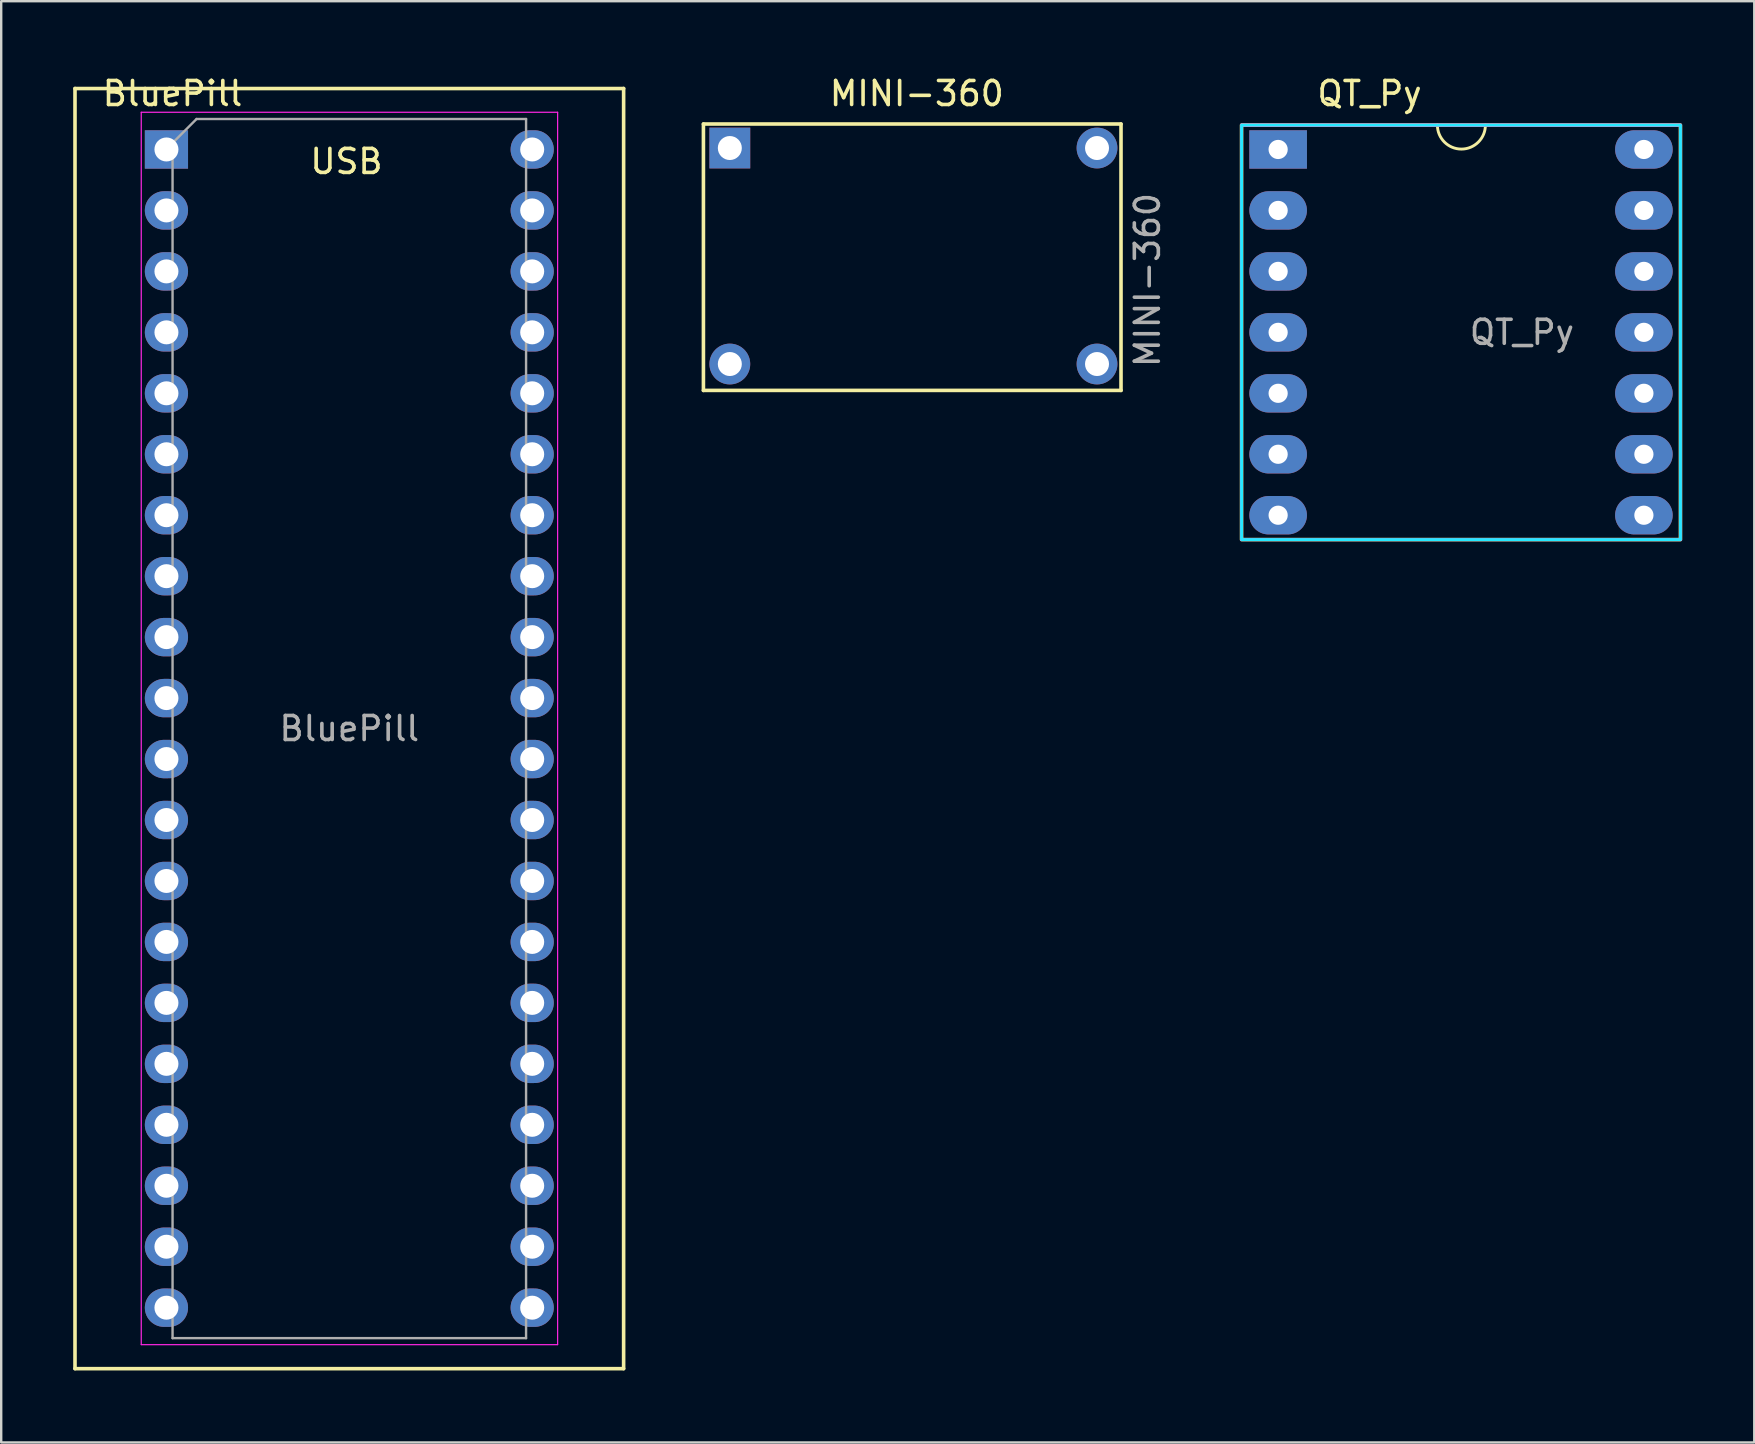
<source format=kicad_pcb>
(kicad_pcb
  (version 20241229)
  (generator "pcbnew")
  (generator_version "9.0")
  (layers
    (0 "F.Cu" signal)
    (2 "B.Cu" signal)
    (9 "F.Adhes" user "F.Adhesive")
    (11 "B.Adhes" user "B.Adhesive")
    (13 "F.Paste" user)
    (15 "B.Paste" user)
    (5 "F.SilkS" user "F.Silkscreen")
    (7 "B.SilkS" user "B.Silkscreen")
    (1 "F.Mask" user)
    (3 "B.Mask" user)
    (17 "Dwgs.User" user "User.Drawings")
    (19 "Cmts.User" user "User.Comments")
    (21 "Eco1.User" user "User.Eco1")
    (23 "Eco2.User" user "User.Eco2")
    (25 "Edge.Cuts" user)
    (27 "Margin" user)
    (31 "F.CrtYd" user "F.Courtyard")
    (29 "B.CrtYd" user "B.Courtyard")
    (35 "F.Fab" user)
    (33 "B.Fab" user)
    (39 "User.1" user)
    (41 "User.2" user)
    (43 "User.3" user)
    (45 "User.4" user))
  (footprint "QT_Py"
    (layer "F.Cu")
    (at 50.207 3.178)
    (property "Reference" "QT_Py" (at 3.81 -2.33 0) (layer "F.SilkS") (effects (font (size 1 1) (thickness 0.15))))
    (attr through_hole)
    (fp_rect (start -1.524 -1.016) (end 16.764 16.256) (stroke (width 0.15) (type solid)) (fill no) (layer "F.SilkS"))
    (fp_arc (start 8.636 -1.016) (mid 7.636 -0.016) (end 6.636 -1.016) (stroke (width 0.12) (type solid)) (layer "F.SilkS"))
    (fp_rect (start -1.524 -1.016) (end 16.764 16.256) (stroke (width 0.12) (type solid)) (fill no) (layer "B.CrtYd"))
    (fp_rect (start -1.524 -1.016) (end 16.764 16.256) (stroke (width 0.12) (type solid)) (fill no) (layer "F.CrtYd"))
    (fp_text user "${REFERENCE}" (at 10.16 7.62 0) (layer "F.Fab") (effects (font (size 1 1) (thickness 0.15))))
    (pad "1" thru_hole rect (at 0 0) (size 2.4 1.6) (drill 0.8) (layers "*.Cu" "*.Mask"))
    (pad "2" thru_hole oval (at 0 2.54) (size 2.4 1.6) (drill 0.8) (layers "*.Cu" "*.Mask"))
    (pad "3" thru_hole oval (at 0 5.08) (size 2.4 1.6) (drill 0.8) (layers "*.Cu" "*.Mask"))
    (pad "4" thru_hole oval (at 0 7.62) (size 2.4 1.6) (drill 0.8) (layers "*.Cu" "*.Mask"))
    (pad "5" thru_hole oval (at 0 10.16) (size 2.4 1.6) (drill 0.8) (layers "*.Cu" "*.Mask"))
    (pad "6" thru_hole oval (at 0 12.7) (size 2.4 1.6) (drill 0.8) (layers "*.Cu" "*.Mask"))
    (pad "7" thru_hole oval (at 0 15.24) (size 2.4 1.6) (drill 0.8) (layers "*.Cu" "*.Mask"))
    (pad "8" thru_hole oval (at 15.24 15.24) (size 2.4 1.6) (drill 0.8) (layers "*.Cu" "*.Mask"))
    (pad "9" thru_hole oval (at 15.24 12.7) (size 2.4 1.6) (drill 0.8) (layers "*.Cu" "*.Mask"))
    (pad "10" thru_hole oval (at 15.24 10.16) (size 2.4 1.6) (drill 0.8) (layers "*.Cu" "*.Mask"))
    (pad "11" thru_hole oval (at 15.24 7.62) (size 2.4 1.6) (drill 0.8) (layers "*.Cu" "*.Mask"))
    (pad "12" thru_hole oval (at 15.24 5.08) (size 2.4 1.6) (drill 0.8) (layers "*.Cu" "*.Mask"))
    (pad "13" thru_hole oval (at 15.24 2.54) (size 2.4 1.6) (drill 0.8) (layers "*.Cu" "*.Mask"))
    (pad "14" thru_hole oval (at 15.24 0) (size 2.4 1.6) (drill 0.8) (layers "*.Cu" "*.Mask")))
  (footprint "MINI-360"
    (layer "F.Cu")
    (at 26.26 2.118)
    (property "Reference" "MINI-360" (at 8.89 -1.27 0) (layer "F.SilkS") (effects (font (size 1 1) (thickness 0.15))))
    (attr through_hole)
    (fp_line (start 0 0) (end 17.4 0) (stroke (width 0.15) (type solid)) (layer "F.SilkS"))
    (fp_line (start 0 11.1) (end 0 0) (stroke (width 0.15) (type solid)) (layer "F.SilkS"))
    (fp_line (start 17.4 0) (end 17.4 11.1) (stroke (width 0.15) (type solid)) (layer "F.SilkS"))
    (fp_line (start 17.4 11.1) (end 0 11.1) (stroke (width 0.15) (type solid)) (layer "F.SilkS"))
    (fp_text user "${REFERENCE}" (at 18.5 6.5 90) (layer "F.Fab") (effects (font (size 1 1) (thickness 0.15))))
    (pad "IN+" thru_hole oval (at 1.1 10) (size 1.7 1.7) (drill 1) (layers "*.Cu" "*.Mask"))
    (pad "IN-" thru_hole rect (at 1.1 1) (size 1.7 1.7) (drill 1) (layers "*.Cu" "*.Mask"))
    (pad "OUT+" thru_hole oval (at 16.4 10) (size 1.7 1.7) (drill 1) (layers "*.Cu" "*.Mask"))
    (pad "OUT-" thru_hole oval (at 16.4 1) (size 1.7 1.7) (drill 1) (layers "*.Cu" "*.Mask")))
  (footprint "BluePill"
    (layer "F.Cu")
    (at 3.885 3.178)
    (property "Reference" "BluePill" (at 0.254 -2.33 0) (layer "F.SilkS") (effects (font (size 1 1) (thickness 0.15))))
    (attr through_hole)
    (fp_line (start -3.81 -2.54) (end 19.05 -2.54) (stroke (width 0.15) (type solid)) (layer "F.SilkS"))
    (fp_line (start -3.81 50.8) (end -3.81 -2.54) (stroke (width 0.15) (type solid)) (layer "F.SilkS"))
    (fp_line (start 19.05 -2.54) (end 19.05 50.8) (stroke (width 0.15) (type solid)) (layer "F.SilkS"))
    (fp_line (start 19.05 50.8) (end -3.81 50.8) (stroke (width 0.15) (type solid)) (layer "F.SilkS"))
    (fp_line (start -1.05 -1.55) (end -1.05 49.8) (stroke (width 0.05) (type solid)) (layer "F.CrtYd"))
    (fp_line (start -1.05 49.8) (end 16.3 49.8) (stroke (width 0.05) (type solid)) (layer "F.CrtYd"))
    (fp_line (start 16.3 -1.55) (end -1.05 -1.55) (stroke (width 0.05) (type solid)) (layer "F.CrtYd"))
    (fp_line (start 16.3 49.8) (end 16.3 -1.55) (stroke (width 0.05) (type solid)) (layer "F.CrtYd"))
    (fp_line (start 0.255 -0.27) (end 1.255 -1.27) (stroke (width 0.1) (type solid)) (layer "F.Fab"))
    (fp_line (start 0.255 49.53) (end 0.255 -0.27) (stroke (width 0.1) (type solid)) (layer "F.Fab"))
    (fp_line (start 1.255 -1.27) (end 14.985 -1.27) (stroke (width 0.1) (type solid)) (layer "F.Fab"))
    (fp_line (start 14.985 -1.27) (end 14.985 49.53) (stroke (width 0.1) (type solid)) (layer "F.Fab"))
    (fp_line (start 14.985 49.53) (end 0.255 49.53) (stroke (width 0.1) (type solid)) (layer "F.Fab"))
    (fp_text user "USB" (at 7.5 0.5 0) (layer "F.SilkS") (effects (font (size 1 1) (thickness 0.15))))
    (fp_text user "${REFERENCE}" (at 7.62 24.13 0) (layer "F.Fab") (effects (font (size 1 1) (thickness 0.15))))
    (pad "1" thru_hole rect (at 0 0) (size 1.8 1.6) (drill 1) (layers "*.Cu" "*.Mask"))
    (pad "2" thru_hole oval (at 0 2.54) (size 1.8 1.6) (drill 1) (layers "*.Cu" "*.Mask"))
    (pad "3" thru_hole oval (at 0 5.08) (size 1.8 1.6) (drill 1) (layers "*.Cu" "*.Mask"))
    (pad "4" thru_hole oval (at 0 7.62) (size 1.8 1.6) (drill 1) (layers "*.Cu" "*.Mask"))
    (pad "5" thru_hole oval (at 0 10.16) (size 1.8 1.6) (drill 1) (layers "*.Cu" "*.Mask"))
    (pad "6" thru_hole oval (at 0 12.7) (size 1.8 1.6) (drill 1) (layers "*.Cu" "*.Mask"))
    (pad "7" thru_hole oval (at 0 15.24) (size 1.8 1.6) (drill 1) (layers "*.Cu" "*.Mask"))
    (pad "8" thru_hole oval (at 0 17.78) (size 1.8 1.6) (drill 1) (layers "*.Cu" "*.Mask"))
    (pad "9" thru_hole oval (at 0 20.32) (size 1.8 1.6) (drill 1) (layers "*.Cu" "*.Mask"))
    (pad "10" thru_hole oval (at 0 22.86) (size 1.8 1.6) (drill 1) (layers "*.Cu" "*.Mask"))
    (pad "11" thru_hole oval (at 0 25.4) (size 1.8 1.6) (drill 1) (layers "*.Cu" "*.Mask"))
    (pad "12" thru_hole oval (at 0 27.94) (size 1.8 1.6) (drill 1) (layers "*.Cu" "*.Mask"))
    (pad "13" thru_hole oval (at 0 30.48) (size 1.8 1.6) (drill 1) (layers "*.Cu" "*.Mask"))
    (pad "14" thru_hole oval (at 0 33.02) (size 1.8 1.6) (drill 1) (layers "*.Cu" "*.Mask"))
    (pad "15" thru_hole oval (at 0 35.56) (size 1.8 1.6) (drill 1) (layers "*.Cu" "*.Mask"))
    (pad "16" thru_hole oval (at 0 38.1) (size 1.8 1.6) (drill 1) (layers "*.Cu" "*.Mask"))
    (pad "17" thru_hole oval (at 0 40.64) (size 1.8 1.6) (drill 1) (layers "*.Cu" "*.Mask"))
    (pad "18" thru_hole oval (at 0 43.18) (size 1.8 1.6) (drill 1) (layers "*.Cu" "*.Mask"))
    (pad "19" thru_hole oval (at 0 45.72) (size 1.8 1.6) (drill 1) (layers "*.Cu" "*.Mask"))
    (pad "20" thru_hole oval (at 0 48.26) (size 1.8 1.6) (drill 1) (layers "*.Cu" "*.Mask"))
    (pad "21" thru_hole oval (at 15.24 48.26) (size 1.8 1.6) (drill 1) (layers "*.Cu" "*.Mask"))
    (pad "22" thru_hole oval (at 15.24 45.72) (size 1.8 1.6) (drill 1) (layers "*.Cu" "*.Mask"))
    (pad "23" thru_hole oval (at 15.24 43.18) (size 1.8 1.6) (drill 1) (layers "*.Cu" "*.Mask"))
    (pad "24" thru_hole oval (at 15.24 40.64) (size 1.8 1.6) (drill 1) (layers "*.Cu" "*.Mask"))
    (pad "25" thru_hole oval (at 15.24 38.1) (size 1.8 1.6) (drill 1) (layers "*.Cu" "*.Mask"))
    (pad "26" thru_hole oval (at 15.24 35.56) (size 1.8 1.6) (drill 1) (layers "*.Cu" "*.Mask"))
    (pad "27" thru_hole oval (at 15.24 33.02) (size 1.8 1.6) (drill 1) (layers "*.Cu" "*.Mask"))
    (pad "28" thru_hole oval (at 15.24 30.48) (size 1.8 1.6) (drill 1) (layers "*.Cu" "*.Mask"))
    (pad "29" thru_hole oval (at 15.24 27.94) (size 1.8 1.6) (drill 1) (layers "*.Cu" "*.Mask"))
    (pad "30" thru_hole oval (at 15.24 25.4) (size 1.8 1.6) (drill 1) (layers "*.Cu" "*.Mask"))
    (pad "31" thru_hole oval (at 15.24 22.86) (size 1.8 1.6) (drill 1) (layers "*.Cu" "*.Mask"))
    (pad "32" thru_hole oval (at 15.24 20.32) (size 1.8 1.6) (drill 1) (layers "*.Cu" "*.Mask"))
    (pad "33" thru_hole oval (at 15.24 17.78) (size 1.8 1.6) (drill 1) (layers "*.Cu" "*.Mask"))
    (pad "34" thru_hole oval (at 15.24 15.24) (size 1.8 1.6) (drill 1) (layers "*.Cu" "*.Mask"))
    (pad "35" thru_hole oval (at 15.24 12.7) (size 1.8 1.6) (drill 1) (layers "*.Cu" "*.Mask"))
    (pad "36" thru_hole oval (at 15.24 10.16) (size 1.8 1.6) (drill 1) (layers "*.Cu" "*.Mask"))
    (pad "37" thru_hole oval (at 15.24 7.62) (size 1.8 1.6) (drill 1) (layers "*.Cu" "*.Mask"))
    (pad "38" thru_hole oval (at 15.24 5.08) (size 1.8 1.6) (drill 1) (layers "*.Cu" "*.Mask"))
    (pad "39" thru_hole oval (at 15.24 2.54) (size 1.8 1.6) (drill 1) (layers "*.Cu" "*.Mask"))
    (pad "40" thru_hole oval (at 15.24 0) (size 1.8 1.6) (drill 1) (layers "*.Cu" "*.Mask")))
  (gr_rect
    (start -3 -3)
    (end 70.046 57.053)
    (stroke (width 0.1) (type default))
    (fill no)
    (layer "Edge.Cuts")))
</source>
